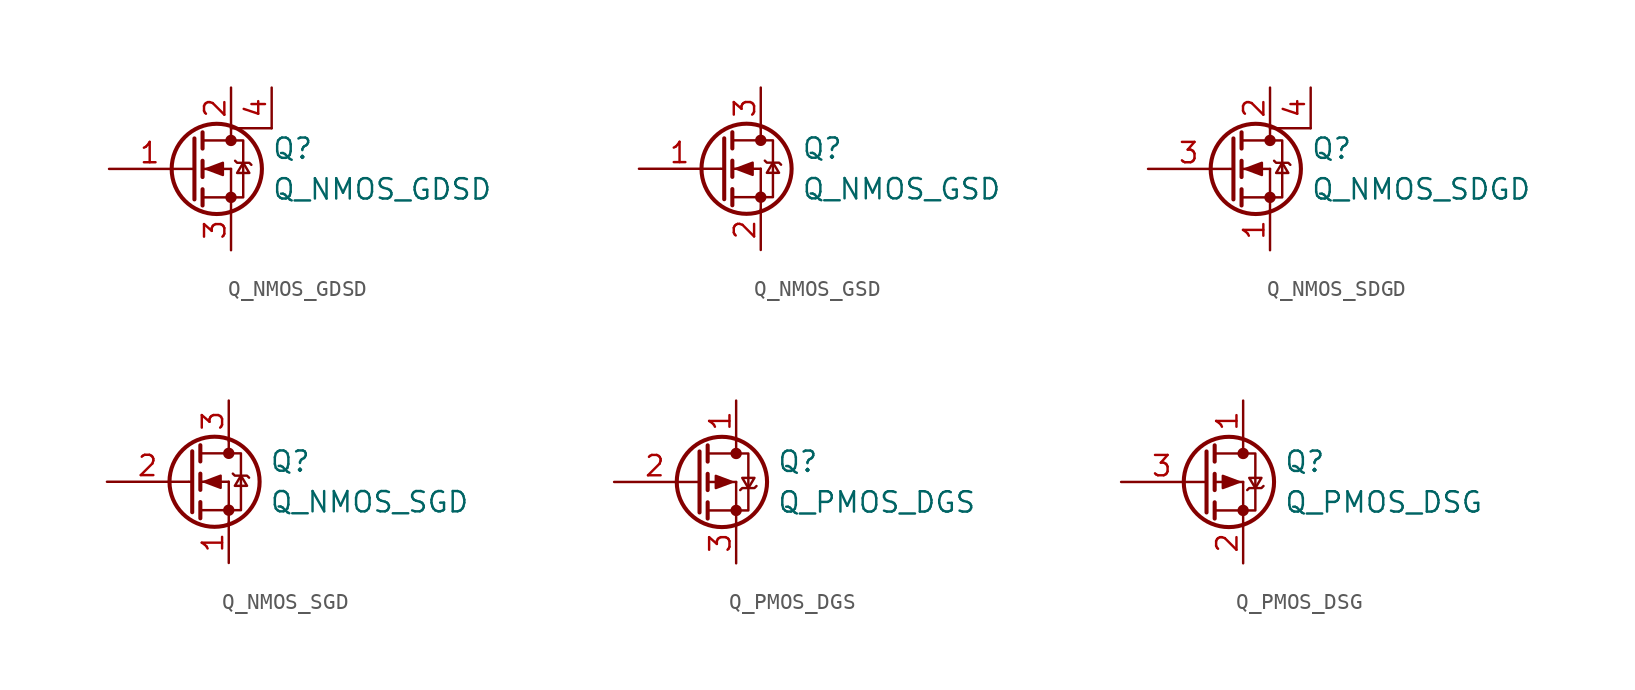
<source format=kicad_sym>
(kicad_symbol_lib
  (version 20201005)
  (generator kicad_symbol_editor)
  (symbol "Q_NMOS_GDSD"
    (pin_names
      (offset 0) hide)
    (property "Reference" "Q"
      (at 5.08 1.27 0)
      (effects (font (size 1.27 1.27)) (justify left)))
    (property "Value" "Q_NMOS_GDSD"
      (at 5.08 -1.27 0)
      (effects (font (size 1.27 1.27)) (justify left)))
    (symbol "Q_NMOS_GDSD_0_1"
      (circle (center 1.651 0) (radius 2.819) (stroke (width 0.254)) (fill (type none)))
      (circle (center 2.54 -1.778) (radius 0.279) (stroke (width 0)) (fill (type outline)))
      (circle (center 2.54 1.778) (radius 0.279) (stroke (width 0)) (fill (type outline)))
      (polyline (pts (xy 0.051 0) (xy 0.254 0)) (stroke (width 0)) (fill (type none)))
      (polyline (pts (xy 0.762 -1.778) (xy 2.54 -1.778)) (stroke (width 0)) (fill (type none)))
      (polyline (pts (xy 0.762 -1.27) (xy 0.762 -2.286)) (stroke (width 0.254)) (fill (type none)))
      (polyline (pts (xy 0.762 0) (xy 2.54 0)) (stroke (width 0)) (fill (type none)))
      (polyline (pts (xy 0.762 0.508) (xy 0.762 -0.508)) (stroke (width 0.254)) (fill (type none)))
      (polyline (pts (xy 0.762 1.778) (xy 2.54 1.778)) (stroke (width 0)) (fill (type none)))
      (polyline (pts (xy 0.762 2.286) (xy 0.762 1.27)) (stroke (width 0.254)) (fill (type none)))
      (polyline (pts (xy 2.54 -1.778) (xy 2.54 -2.54)) (stroke (width 0)) (fill (type none)))
      (polyline (pts (xy 2.54 -1.778) (xy 2.54 0)) (stroke (width 0)) (fill (type none)))
      (polyline (pts (xy 2.54 2.54) (xy 2.54 1.778)) (stroke (width 0)) (fill (type none)))
      (polyline (pts (xy 2.54 2.54) (xy 5.08 2.54)) (stroke (width 0)) (fill (type none)))
      (polyline (pts (xy 0.254 1.905) (xy 0.254 -1.905) (xy 0.254 -1.905)) (stroke (width 0.254)) (fill (type none)))
      (polyline (pts (xy 2.54 -1.778) (xy 3.302 -1.778) (xy 3.302 1.778) (xy 2.54 1.778)) (stroke (width 0)) (fill (type none)))
      (polyline (pts (xy 2.794 0.508) (xy 2.921 0.381) (xy 3.683 0.381) (xy 3.81 0.254)) (stroke (width 0)) (fill (type none)))
      (polyline (pts (xy 3.302 0.381) (xy 2.921 -0.254) (xy 3.683 -0.254) (xy 3.302 0.381)) (stroke (width 0)) (fill (type none)))
      (polyline (pts (xy 1.016 0) (xy 2.032 0.381) (xy 2.032 -0.381) (xy 1.016 0)) (stroke (width 0)) (fill (type outline))))
    (symbol "Q_NMOS_GDSD_1_1"
      (pin input line (at -5.08 0 0) (length 5.08) (name "G" (effects (font (size 1.27 1.27)))) (number "1" (effects (font (size 1.27 1.27)))))
      (pin passive line (at 2.54 5.08 270) (length 2.54) (name "D" (effects (font (size 1.27 1.27)))) (number "2" (effects (font (size 1.27 1.27)))))
      (pin passive line (at 2.54 -5.08 90) (length 2.54) (name "S" (effects (font (size 1.27 1.27)))) (number "3" (effects (font (size 1.27 1.27)))))
      (pin passive line (at 5.08 5.08 270) (length 2.54) (name "D" (effects (font (size 1.27 1.27)))) (number "4" (effects (font (size 1.27 1.27)))))))
  (symbol "Q_NMOS_GSD"
    (pin_names
      (offset 0) hide)
    (property "Reference" "Q"
      (at 5.08 1.27 0)
      (effects (font (size 1.27 1.27)) (justify left)))
    (property "Value" "Q_NMOS_GSD"
      (at 5.08 -1.27 0)
      (effects (font (size 1.27 1.27)) (justify left)))
    (symbol "Q_NMOS_GSD_0_1"
      (circle (center 1.651 0) (radius 2.819) (stroke (width 0.254)) (fill (type none)))
      (circle (center 2.54 -1.778) (radius 0.279) (stroke (width 0)) (fill (type outline)))
      (circle (center 2.54 1.778) (radius 0.279) (stroke (width 0)) (fill (type outline)))
      (polyline (pts (xy 0.051 0) (xy 0.254 0)) (stroke (width 0)) (fill (type none)))
      (polyline (pts (xy 0.762 -1.778) (xy 2.54 -1.778)) (stroke (width 0)) (fill (type none)))
      (polyline (pts (xy 0.762 -1.27) (xy 0.762 -2.286)) (stroke (width 0.254)) (fill (type none)))
      (polyline (pts (xy 0.762 0) (xy 2.54 0)) (stroke (width 0)) (fill (type none)))
      (polyline (pts (xy 0.762 0.508) (xy 0.762 -0.508)) (stroke (width 0.254)) (fill (type none)))
      (polyline (pts (xy 0.762 1.778) (xy 2.54 1.778)) (stroke (width 0)) (fill (type none)))
      (polyline (pts (xy 0.762 2.286) (xy 0.762 1.27)) (stroke (width 0.254)) (fill (type none)))
      (polyline (pts (xy 2.54 -1.778) (xy 2.54 -2.54)) (stroke (width 0)) (fill (type none)))
      (polyline (pts (xy 2.54 -1.778) (xy 2.54 0)) (stroke (width 0)) (fill (type none)))
      (polyline (pts (xy 2.54 2.54) (xy 2.54 1.778)) (stroke (width 0)) (fill (type none)))
      (polyline (pts (xy 0.254 1.905) (xy 0.254 -1.905) (xy 0.254 -1.905)) (stroke (width 0.254)) (fill (type none)))
      (polyline (pts (xy 2.54 -1.778) (xy 3.302 -1.778) (xy 3.302 1.778) (xy 2.54 1.778)) (stroke (width 0)) (fill (type none)))
      (polyline (pts (xy 2.794 0.508) (xy 2.921 0.381) (xy 3.683 0.381) (xy 3.81 0.254)) (stroke (width 0)) (fill (type none)))
      (polyline (pts (xy 3.302 0.381) (xy 2.921 -0.254) (xy 3.683 -0.254) (xy 3.302 0.381)) (stroke (width 0)) (fill (type none)))
      (polyline (pts (xy 1.016 0) (xy 2.032 0.381) (xy 2.032 -0.381) (xy 1.016 0)) (stroke (width 0)) (fill (type outline))))
    (symbol "Q_NMOS_GSD_1_1"
      (pin input line (at -5.08 0 0) (length 5.08) (name "G" (effects (font (size 1.27 1.27)))) (number "1" (effects (font (size 1.27 1.27)))))
      (pin passive line (at 2.54 -5.08 90) (length 2.54) (name "S" (effects (font (size 1.27 1.27)))) (number "2" (effects (font (size 1.27 1.27)))))
      (pin passive line (at 2.54 5.08 270) (length 2.54) (name "D" (effects (font (size 1.27 1.27)))) (number "3" (effects (font (size 1.27 1.27)))))))
  (symbol "Q_NMOS_SDGD"
    (pin_names
      (offset 0) hide)
    (property "Reference" "Q"
      (at 5.08 1.27 0)
      (effects (font (size 1.27 1.27)) (justify left)))
    (property "Value" "Q_NMOS_SDGD"
      (at 5.08 -1.27 0)
      (effects (font (size 1.27 1.27)) (justify left)))
    (symbol "Q_NMOS_SDGD_0_1"
      (circle (center 1.651 0) (radius 2.819) (stroke (width 0.254)) (fill (type none)))
      (circle (center 2.54 -1.778) (radius 0.279) (stroke (width 0)) (fill (type outline)))
      (circle (center 2.54 1.778) (radius 0.279) (stroke (width 0)) (fill (type outline)))
      (polyline (pts (xy 0.051 0) (xy 0.254 0)) (stroke (width 0)) (fill (type none)))
      (polyline (pts (xy 0.762 -1.778) (xy 2.54 -1.778)) (stroke (width 0)) (fill (type none)))
      (polyline (pts (xy 0.762 -1.27) (xy 0.762 -2.286)) (stroke (width 0.254)) (fill (type none)))
      (polyline (pts (xy 0.762 0) (xy 2.54 0)) (stroke (width 0)) (fill (type none)))
      (polyline (pts (xy 0.762 0.508) (xy 0.762 -0.508)) (stroke (width 0.254)) (fill (type none)))
      (polyline (pts (xy 0.762 1.778) (xy 2.54 1.778)) (stroke (width 0)) (fill (type none)))
      (polyline (pts (xy 0.762 2.286) (xy 0.762 1.27)) (stroke (width 0.254)) (fill (type none)))
      (polyline (pts (xy 2.54 -1.778) (xy 2.54 -2.54)) (stroke (width 0)) (fill (type none)))
      (polyline (pts (xy 2.54 -1.778) (xy 2.54 0)) (stroke (width 0)) (fill (type none)))
      (polyline (pts (xy 2.54 2.54) (xy 2.54 1.778)) (stroke (width 0)) (fill (type none)))
      (polyline (pts (xy 2.54 2.54) (xy 5.08 2.54)) (stroke (width 0)) (fill (type none)))
      (polyline (pts (xy 0.254 1.905) (xy 0.254 -1.905) (xy 0.254 -1.905)) (stroke (width 0.254)) (fill (type none)))
      (polyline (pts (xy 2.54 -1.778) (xy 3.302 -1.778) (xy 3.302 1.778) (xy 2.54 1.778)) (stroke (width 0)) (fill (type none)))
      (polyline (pts (xy 2.794 0.508) (xy 2.921 0.381) (xy 3.683 0.381) (xy 3.81 0.254)) (stroke (width 0)) (fill (type none)))
      (polyline (pts (xy 3.302 0.381) (xy 2.921 -0.254) (xy 3.683 -0.254) (xy 3.302 0.381)) (stroke (width 0)) (fill (type none)))
      (polyline (pts (xy 1.016 0) (xy 2.032 0.381) (xy 2.032 -0.381) (xy 1.016 0)) (stroke (width 0)) (fill (type outline))))
    (symbol "Q_NMOS_SDGD_1_1"
      (pin passive line (at 2.54 -5.08 90) (length 2.54) (name "S" (effects (font (size 1.27 1.27)))) (number "1" (effects (font (size 1.27 1.27)))))
      (pin passive line (at 2.54 5.08 270) (length 2.54) (name "D" (effects (font (size 1.27 1.27)))) (number "2" (effects (font (size 1.27 1.27)))))
      (pin input line (at -5.08 0 0) (length 5.08) (name "G" (effects (font (size 1.27 1.27)))) (number "3" (effects (font (size 1.27 1.27)))))
      (pin passive line (at 5.08 5.08 270) (length 2.54) (name "D" (effects (font (size 1.27 1.27)))) (number "4" (effects (font (size 1.27 1.27)))))))
  (symbol "Q_NMOS_SGD"
    (pin_names
      (offset 0) hide)
    (property "Reference" "Q"
      (at 5.08 1.27 0)
      (effects (font (size 1.27 1.27)) (justify left)))
    (property "Value" "Q_NMOS_SGD"
      (at 5.08 -1.27 0)
      (effects (font (size 1.27 1.27)) (justify left)))
    (symbol "Q_NMOS_SGD_0_1"
      (circle (center 1.651 0) (radius 2.819) (stroke (width 0.254)) (fill (type none)))
      (circle (center 2.54 -1.778) (radius 0.279) (stroke (width 0)) (fill (type outline)))
      (circle (center 2.54 1.778) (radius 0.279) (stroke (width 0)) (fill (type outline)))
      (polyline (pts (xy 0.051 0) (xy 0.254 0)) (stroke (width 0)) (fill (type none)))
      (polyline (pts (xy 0.762 -1.778) (xy 2.54 -1.778)) (stroke (width 0)) (fill (type none)))
      (polyline (pts (xy 0.762 -1.27) (xy 0.762 -2.286)) (stroke (width 0.254)) (fill (type none)))
      (polyline (pts (xy 0.762 0) (xy 2.54 0)) (stroke (width 0)) (fill (type none)))
      (polyline (pts (xy 0.762 0.508) (xy 0.762 -0.508)) (stroke (width 0.254)) (fill (type none)))
      (polyline (pts (xy 0.762 1.778) (xy 2.54 1.778)) (stroke (width 0)) (fill (type none)))
      (polyline (pts (xy 0.762 2.286) (xy 0.762 1.27)) (stroke (width 0.254)) (fill (type none)))
      (polyline (pts (xy 2.54 -1.778) (xy 2.54 -2.54)) (stroke (width 0)) (fill (type none)))
      (polyline (pts (xy 2.54 -1.778) (xy 2.54 0)) (stroke (width 0)) (fill (type none)))
      (polyline (pts (xy 2.54 2.54) (xy 2.54 1.778)) (stroke (width 0)) (fill (type none)))
      (polyline (pts (xy 0.254 1.905) (xy 0.254 -1.905) (xy 0.254 -1.905)) (stroke (width 0.254)) (fill (type none)))
      (polyline (pts (xy 2.54 -1.778) (xy 3.302 -1.778) (xy 3.302 1.778) (xy 2.54 1.778)) (stroke (width 0)) (fill (type none)))
      (polyline (pts (xy 2.794 0.508) (xy 2.921 0.381) (xy 3.683 0.381) (xy 3.81 0.254)) (stroke (width 0)) (fill (type none)))
      (polyline (pts (xy 3.302 0.381) (xy 2.921 -0.254) (xy 3.683 -0.254) (xy 3.302 0.381)) (stroke (width 0)) (fill (type none)))
      (polyline (pts (xy 1.016 0) (xy 2.032 0.381) (xy 2.032 -0.381) (xy 1.016 0)) (stroke (width 0)) (fill (type outline))))
    (symbol "Q_NMOS_SGD_1_1"
      (pin passive line (at 2.54 -5.08 90) (length 2.54) (name "S" (effects (font (size 1.27 1.27)))) (number "1" (effects (font (size 1.27 1.27)))))
      (pin input line (at -5.08 0 0) (length 5.08) (name "G" (effects (font (size 1.27 1.27)))) (number "2" (effects (font (size 1.27 1.27)))))
      (pin passive line (at 2.54 5.08 270) (length 2.54) (name "D" (effects (font (size 1.27 1.27)))) (number "3" (effects (font (size 1.27 1.27)))))))
  (symbol "Q_PMOS_DGS"
    (pin_names
      (offset 0) hide)
    (property "Reference" "Q"
      (at 5.08 1.27 0)
      (effects (font (size 1.27 1.27)) (justify left)))
    (property "Value" "Q_PMOS_DGS"
      (at 5.08 -1.27 0)
      (effects (font (size 1.27 1.27)) (justify left)))
    (symbol "Q_PMOS_DGS_0_1"
      (circle (center 1.651 0) (radius 2.819) (stroke (width 0.254)) (fill (type none)))
      (circle (center 2.54 -1.778) (radius 0.279) (stroke (width 0)) (fill (type outline)))
      (circle (center 2.54 1.778) (radius 0.279) (stroke (width 0)) (fill (type outline)))
      (polyline (pts (xy 0.051 0) (xy 0.254 0)) (stroke (width 0)) (fill (type none)))
      (polyline (pts (xy 0.762 -1.778) (xy 2.54 -1.778)) (stroke (width 0)) (fill (type none)))
      (polyline (pts (xy 0.762 -1.27) (xy 0.762 -2.286)) (stroke (width 0.254)) (fill (type none)))
      (polyline (pts (xy 0.762 0) (xy 2.54 0)) (stroke (width 0)) (fill (type none)))
      (polyline (pts (xy 0.762 0.508) (xy 0.762 -0.508)) (stroke (width 0.254)) (fill (type none)))
      (polyline (pts (xy 0.762 1.778) (xy 2.54 1.778)) (stroke (width 0)) (fill (type none)))
      (polyline (pts (xy 0.762 2.286) (xy 0.762 1.27)) (stroke (width 0.254)) (fill (type none)))
      (polyline (pts (xy 2.54 -1.778) (xy 2.54 -2.54)) (stroke (width 0)) (fill (type none)))
      (polyline (pts (xy 2.54 -1.778) (xy 2.54 0)) (stroke (width 0)) (fill (type none)))
      (polyline (pts (xy 2.54 2.54) (xy 2.54 1.778)) (stroke (width 0)) (fill (type none)))
      (polyline (pts (xy 0.254 1.905) (xy 0.254 -1.905) (xy 0.254 -1.905)) (stroke (width 0.254)) (fill (type none)))
      (polyline (pts (xy 2.54 -1.778) (xy 3.302 -1.778) (xy 3.302 1.778) (xy 2.54 1.778)) (stroke (width 0)) (fill (type none)))
      (polyline (pts (xy 2.794 -0.508) (xy 2.921 -0.381) (xy 3.683 -0.381) (xy 3.81 -0.254)) (stroke (width 0)) (fill (type none)))
      (polyline (pts (xy 3.302 -0.381) (xy 2.921 0.254) (xy 3.683 0.254) (xy 3.302 -0.381)) (stroke (width 0)) (fill (type none)))
      (polyline (pts (xy 2.286 0) (xy 1.27 -0.381) (xy 1.27 0.381) (xy 2.286 0)) (stroke (width 0)) (fill (type outline))))
    (symbol "Q_PMOS_DGS_1_1"
      (pin passive line (at 2.54 5.08 270) (length 2.54) (name "D" (effects (font (size 1.27 1.27)))) (number "1" (effects (font (size 1.27 1.27)))))
      (pin input line (at -5.08 0 0) (length 5.08) (name "G" (effects (font (size 1.27 1.27)))) (number "2" (effects (font (size 1.27 1.27)))))
      (pin passive line (at 2.54 -5.08 90) (length 2.54) (name "S" (effects (font (size 1.27 1.27)))) (number "3" (effects (font (size 1.27 1.27)))))))
  (symbol "Q_PMOS_DSG"
    (pin_names
      (offset 0) hide)
    (property "Reference" "Q"
      (at 5.08 1.27 0)
      (effects (font (size 1.27 1.27)) (justify left)))
    (property "Value" "Q_PMOS_DSG"
      (at 5.08 -1.27 0)
      (effects (font (size 1.27 1.27)) (justify left)))
    (symbol "Q_PMOS_DSG_0_1"
      (circle (center 1.651 0) (radius 2.819) (stroke (width 0.254)) (fill (type none)))
      (circle (center 2.54 -1.778) (radius 0.279) (stroke (width 0)) (fill (type outline)))
      (circle (center 2.54 1.778) (radius 0.279) (stroke (width 0)) (fill (type outline)))
      (polyline (pts (xy 0.051 0) (xy 0.254 0)) (stroke (width 0)) (fill (type none)))
      (polyline (pts (xy 0.762 -1.778) (xy 2.54 -1.778)) (stroke (width 0)) (fill (type none)))
      (polyline (pts (xy 0.762 -1.27) (xy 0.762 -2.286)) (stroke (width 0.254)) (fill (type none)))
      (polyline (pts (xy 0.762 0) (xy 2.54 0)) (stroke (width 0)) (fill (type none)))
      (polyline (pts (xy 0.762 0.508) (xy 0.762 -0.508)) (stroke (width 0.254)) (fill (type none)))
      (polyline (pts (xy 0.762 1.778) (xy 2.54 1.778)) (stroke (width 0)) (fill (type none)))
      (polyline (pts (xy 0.762 2.286) (xy 0.762 1.27)) (stroke (width 0.254)) (fill (type none)))
      (polyline (pts (xy 2.54 -1.778) (xy 2.54 -2.54)) (stroke (width 0)) (fill (type none)))
      (polyline (pts (xy 2.54 -1.778) (xy 2.54 0)) (stroke (width 0)) (fill (type none)))
      (polyline (pts (xy 2.54 2.54) (xy 2.54 1.778)) (stroke (width 0)) (fill (type none)))
      (polyline (pts (xy 0.254 1.905) (xy 0.254 -1.905) (xy 0.254 -1.905)) (stroke (width 0.254)) (fill (type none)))
      (polyline (pts (xy 2.54 -1.778) (xy 3.302 -1.778) (xy 3.302 1.778) (xy 2.54 1.778)) (stroke (width 0)) (fill (type none)))
      (polyline (pts (xy 2.794 -0.508) (xy 2.921 -0.381) (xy 3.683 -0.381) (xy 3.81 -0.254)) (stroke (width 0)) (fill (type none)))
      (polyline (pts (xy 3.302 -0.381) (xy 2.921 0.254) (xy 3.683 0.254) (xy 3.302 -0.381)) (stroke (width 0)) (fill (type none)))
      (polyline (pts (xy 2.286 0) (xy 1.27 -0.381) (xy 1.27 0.381) (xy 2.286 0)) (stroke (width 0)) (fill (type outline))))
    (symbol "Q_PMOS_DSG_1_1"
      (pin passive line (at 2.54 5.08 270) (length 2.54) (name "D" (effects (font (size 1.27 1.27)))) (number "1" (effects (font (size 1.27 1.27)))))
      (pin passive line (at 2.54 -5.08 90) (length 2.54) (name "S" (effects (font (size 1.27 1.27)))) (number "2" (effects (font (size 1.27 1.27)))))
      (pin input line (at -5.08 0 0) (length 5.08) (name "G" (effects (font (size 1.27 1.27)))) (number "3" (effects (font (size 1.27 1.27))))))))
</source>
